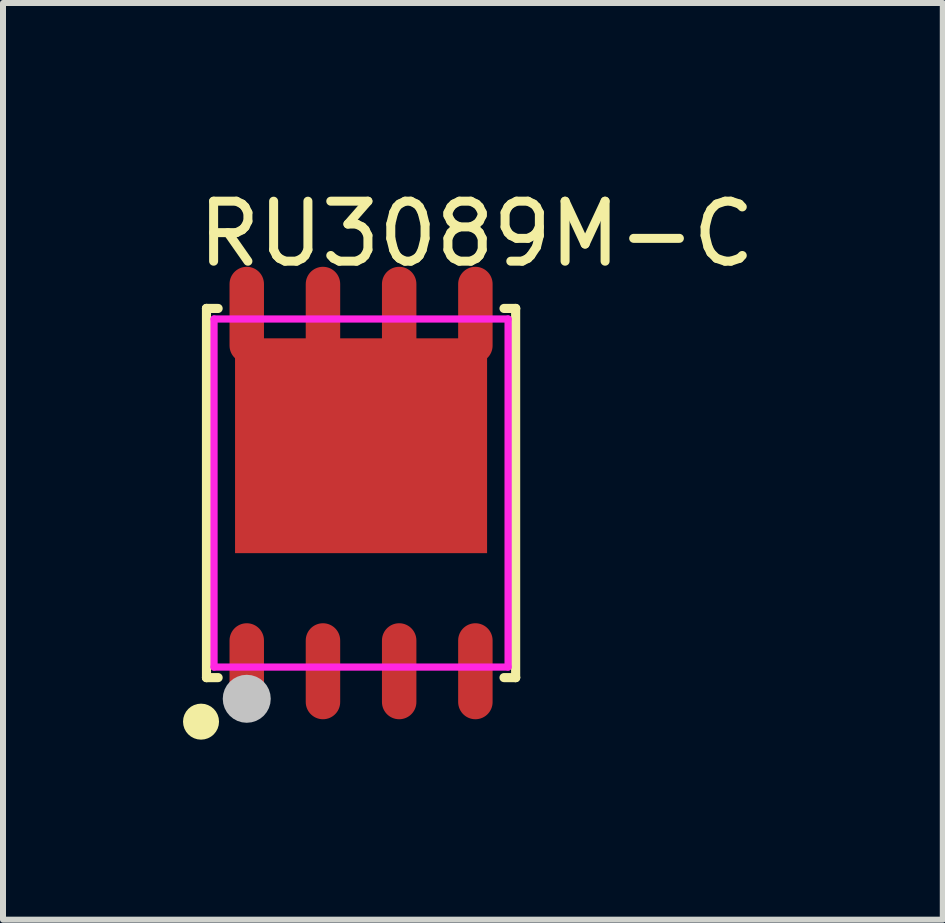
<source format=kicad_pcb>
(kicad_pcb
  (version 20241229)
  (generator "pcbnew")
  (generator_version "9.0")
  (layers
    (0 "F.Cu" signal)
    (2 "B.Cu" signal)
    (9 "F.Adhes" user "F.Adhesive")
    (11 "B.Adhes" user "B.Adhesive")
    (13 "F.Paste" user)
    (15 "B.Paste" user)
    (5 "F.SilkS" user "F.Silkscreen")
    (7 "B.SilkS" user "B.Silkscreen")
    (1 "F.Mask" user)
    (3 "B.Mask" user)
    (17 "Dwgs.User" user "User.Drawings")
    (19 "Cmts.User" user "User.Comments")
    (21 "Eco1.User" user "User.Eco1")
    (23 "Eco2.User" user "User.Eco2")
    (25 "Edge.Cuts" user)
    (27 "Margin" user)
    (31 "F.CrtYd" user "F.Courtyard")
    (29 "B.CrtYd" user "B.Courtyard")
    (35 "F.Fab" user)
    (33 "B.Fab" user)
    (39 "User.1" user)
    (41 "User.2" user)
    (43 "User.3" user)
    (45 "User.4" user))
  (footprint "RU3089M-C"
    (layer "F.Cu")
    (at 2.967 5.166)
    (property "Reference" "RU3089M-C" (at -2.794 -4.318 0) (layer "F.SilkS") (effects (font (size 1 1) (thickness 0.15)) (justify left)))
    (attr through_hole)
    (fp_line (start -2.576 -3.076) (end -2.576 -3.076) (stroke (width 0.152) (type solid)) (layer "F.SilkS"))
    (fp_line (start -2.576 -3.076) (end -2.382 -3.076) (stroke (width 0.152) (type solid)) (layer "F.SilkS"))
    (fp_line (start -2.576 3.076) (end -2.576 -3.076) (stroke (width 0.152) (type solid)) (layer "F.SilkS"))
    (fp_line (start -2.576 3.076) (end -2.576 3.076) (stroke (width 0.152) (type solid)) (layer "F.SilkS"))
    (fp_line (start -2.382 3.076) (end -2.576 3.076) (stroke (width 0.152) (type solid)) (layer "F.SilkS"))
    (fp_line (start 2.382 3.076) (end 2.576 3.076) (stroke (width 0.152) (type solid)) (layer "F.SilkS"))
    (fp_line (start 2.576 -3.076) (end 2.382 -3.076) (stroke (width 0.152) (type solid)) (layer "F.SilkS"))
    (fp_line (start 2.576 -3.076) (end 2.576 -3.076) (stroke (width 0.152) (type solid)) (layer "F.SilkS"))
    (fp_line (start 2.576 3.076) (end 2.576 -3.076) (stroke (width 0.152) (type solid)) (layer "F.SilkS"))
    (fp_line (start 2.576 3.076) (end 2.576 3.076) (stroke (width 0.152) (type solid)) (layer "F.SilkS"))
    (fp_circle (center -2.667 3.81) (end -2.517 3.81) (stroke (width 0.3) (type solid)) (fill no) (layer "F.SilkS"))
    (fp_poly (pts (xy -2.192 2.457) (xy -2.186 2.401) (xy -2.17 2.347) (xy -2.144 2.298) (xy -2.108 2.254) (xy -2.064 2.218) (xy -2.015 2.192) (xy -1.961 2.176) (xy -1.905 2.17) (xy -1.849 2.176) (xy -1.795 2.192) (xy -1.746 2.218) (xy -1.702 2.254) (xy -1.666 2.298) (xy -1.64 2.347) (xy -1.624 2.401) (xy -1.618 2.457) (xy -1.618 3.483) (xy -1.624 3.539) (xy -1.64 3.593) (xy -1.666 3.642) (xy -1.702 3.686) (xy -1.746 3.722) (xy -1.795 3.748) (xy -1.849 3.765) (xy -1.905 3.77) (xy -1.961 3.765) (xy -2.015 3.748) (xy -2.064 3.722) (xy -2.108 3.686) (xy -2.144 3.642) (xy -2.17 3.593) (xy -2.186 3.539) (xy -2.192 3.483)) (stroke (width 0.12) (type solid)) (fill yes) (layer "F.Paste"))
    (fp_poly (pts (xy -0.922 2.457) (xy -0.916 2.401) (xy -0.9 2.347) (xy -0.874 2.298) (xy -0.838 2.254) (xy -0.794 2.218) (xy -0.745 2.192) (xy -0.691 2.176) (xy -0.635 2.17) (xy -0.579 2.176) (xy -0.525 2.192) (xy -0.476 2.218) (xy -0.432 2.254) (xy -0.396 2.298) (xy -0.37 2.347) (xy -0.354 2.401) (xy -0.348 2.457) (xy -0.348 3.483) (xy -0.354 3.539) (xy -0.37 3.593) (xy -0.396 3.642) (xy -0.432 3.686) (xy -0.476 3.722) (xy -0.525 3.748) (xy -0.579 3.765) (xy -0.635 3.77) (xy -0.691 3.765) (xy -0.745 3.748) (xy -0.794 3.722) (xy -0.838 3.686) (xy -0.874 3.642) (xy -0.9 3.593) (xy -0.916 3.539) (xy -0.922 3.483)) (stroke (width 0.12) (type solid)) (fill yes) (layer "F.Paste"))
    (fp_poly (pts (xy 0.348 2.457) (xy 0.354 2.401) (xy 0.37 2.347) (xy 0.396 2.298) (xy 0.432 2.254) (xy 0.476 2.218) (xy 0.525 2.192) (xy 0.579 2.176) (xy 0.635 2.17) (xy 0.691 2.176) (xy 0.745 2.192) (xy 0.794 2.218) (xy 0.838 2.254) (xy 0.874 2.298) (xy 0.9 2.347) (xy 0.916 2.401) (xy 0.922 2.457) (xy 0.922 3.483) (xy 0.916 3.539) (xy 0.9 3.593) (xy 0.874 3.642) (xy 0.838 3.686) (xy 0.794 3.722) (xy 0.745 3.748) (xy 0.691 3.765) (xy 0.635 3.77) (xy 0.579 3.765) (xy 0.525 3.748) (xy 0.476 3.722) (xy 0.432 3.686) (xy 0.396 3.642) (xy 0.37 3.593) (xy 0.354 3.539) (xy 0.348 3.483)) (stroke (width 0.12) (type solid)) (fill yes) (layer "F.Paste"))
    (fp_poly (pts (xy 1.618 2.457) (xy 1.624 2.401) (xy 1.64 2.347) (xy 1.666 2.298) (xy 1.702 2.254) (xy 1.746 2.218) (xy 1.795 2.192) (xy 1.849 2.176) (xy 1.905 2.17) (xy 1.961 2.176) (xy 2.015 2.192) (xy 2.064 2.218) (xy 2.108 2.254) (xy 2.144 2.298) (xy 2.17 2.347) (xy 2.186 2.401) (xy 2.192 2.457) (xy 2.192 3.483) (xy 2.186 3.539) (xy 2.17 3.593) (xy 2.144 3.642) (xy 2.108 3.686) (xy 2.064 3.722) (xy 2.015 3.748) (xy 1.961 3.765) (xy 1.905 3.77) (xy 1.849 3.765) (xy 1.795 3.748) (xy 1.746 3.722) (xy 1.702 3.686) (xy 1.666 3.642) (xy 1.64 3.593) (xy 1.624 3.539) (xy 1.618 3.483)) (stroke (width 0.12) (type solid)) (fill yes) (layer "F.Paste"))
    (fp_poly (pts (xy 2.1 1) (xy 2.1 -2.25) (xy 2.138 -2.297) (xy 2.167 -2.35) (xy 2.184 -2.407) (xy 2.19 -2.467) (xy 2.19 -2.52) (xy 2.19 -3.51) (xy 2.185 -3.561) (xy 2.17 -3.609) (xy 2.146 -3.654) (xy 2.114 -3.694) (xy 2.074 -3.726) (xy 2.029 -3.75) (xy 1.981 -3.765) (xy 1.93 -3.77) (xy 1.88 -3.77) (xy 1.829 -3.765) (xy 1.78 -3.75) (xy 1.736 -3.726) (xy 1.696 -3.694) (xy 1.664 -3.654) (xy 1.64 -3.609) (xy 1.625 -3.561) (xy 1.62 -3.51) (xy 1.62 -2.58) (xy 0.92 -2.58) (xy 0.92 -3.49) (xy 0.915 -3.545) (xy 0.899 -3.597) (xy 0.873 -3.646) (xy 0.838 -3.688) (xy 0.796 -3.723) (xy 0.747 -3.749) (xy 0.695 -3.765) (xy 0.64 -3.77) (xy 0.63 -3.77) (xy 0.575 -3.765) (xy 0.523 -3.749) (xy 0.474 -3.723) (xy 0.432 -3.688) (xy 0.397 -3.646) (xy 0.371 -3.597) (xy 0.355 -3.545) (xy 0.35 -3.49) (xy 0.35 -3.46) (xy 0.35 -2.58) (xy -0.35 -2.58) (xy -0.35 -3.52) (xy -0.355 -3.569) (xy -0.369 -3.616) (xy -0.392 -3.659) (xy -0.423 -3.697) (xy -0.461 -3.728) (xy -0.504 -3.751) (xy -0.551 -3.765) (xy -0.6 -3.77) (xy -0.64 -3.77) (xy -0.695 -3.765) (xy -0.747 -3.749) (xy -0.796 -3.723) (xy -0.838 -3.688) (xy -0.873 -3.646) (xy -0.899 -3.597) (xy -0.915 -3.545) (xy -0.92 -3.49) (xy -0.92 -2.58) (xy -1.62 -2.58) (xy -1.62 -3.51) (xy -1.625 -3.561) (xy -1.64 -3.609) (xy -1.664 -3.654) (xy -1.696 -3.694) (xy -1.736 -3.726) (xy -1.78 -3.75) (xy -1.829 -3.765) (xy -1.88 -3.77) (xy -1.91 -3.77) (xy -1.965 -3.765) (xy -2.017 -3.749) (xy -2.066 -3.723) (xy -2.108 -3.688) (xy -2.143 -3.646) (xy -2.169 -3.597) (xy -2.185 -3.545) (xy -2.19 -3.49) (xy -2.19 -3.46) (xy -2.19 -2.44) (xy -2.185 -2.388) (xy -2.17 -2.338) (xy -2.145 -2.292) (xy -2.112 -2.252) (xy -2.1 -2.24) (xy -2.104 -2.235) (xy -2.107 -2.229) (xy -2.109 -2.223) (xy -2.11 -2.216) (xy -2.11 1.01)) (stroke (width 0.12) (type solid)) (fill yes) (layer "F.Paste"))
    (fp_circle (center -1.905 3.429) (end -1.705 3.429) (stroke (width 0.4) (type solid)) (fill no) (layer "Dwgs.User"))
    (fp_circle (center -2.5 3) (end -2.47 3) (stroke (width 0.06) (type solid)) (fill no) (layer "Eco2.User"))
    (fp_poly (pts (xy -2.11 -3) (xy -2.11 -2.195) (xy -1.7 -2.195) (xy -1.7 -3)) (stroke (width 0.12) (type solid)) (fill no) (layer "Eco2.User"))
    (fp_poly (pts (xy -2.11 3) (xy -2.11 2.195) (xy -1.7 2.195) (xy -1.7 3)) (stroke (width 0.12) (type solid)) (fill no) (layer "Eco2.User"))
    (fp_poly (pts (xy -0.84 -3) (xy -0.84 -2.195) (xy -0.43 -2.195) (xy -0.43 -3)) (stroke (width 0.12) (type solid)) (fill no) (layer "Eco2.User"))
    (fp_poly (pts (xy -0.84 3) (xy -0.84 2.195) (xy -0.43 2.195) (xy -0.43 3)) (stroke (width 0.12) (type solid)) (fill no) (layer "Eco2.User"))
    (fp_poly (pts (xy 0.43 -3) (xy 0.43 -2.195) (xy 0.84 -2.195) (xy 0.84 -3)) (stroke (width 0.12) (type solid)) (fill no) (layer "Eco2.User"))
    (fp_poly (pts (xy 0.43 3) (xy 0.43 2.195) (xy 0.84 2.195) (xy 0.84 3)) (stroke (width 0.12) (type solid)) (fill no) (layer "Eco2.User"))
    (fp_poly (pts (xy 1.7 -3) (xy 1.7 -2.195) (xy 2.11 -2.195) (xy 2.11 -3)) (stroke (width 0.12) (type solid)) (fill no) (layer "Eco2.User"))
    (fp_poly (pts (xy 1.7 3) (xy 1.7 2.195) (xy 2.11 2.195) (xy 2.11 3)) (stroke (width 0.12) (type solid)) (fill no) (layer "Eco2.User"))
    (fp_poly (pts (xy -2.1 0.644) (xy -2.1 -2.578) (xy 2.1 -2.578) (xy 2.1 1.002) (xy -1.742 1.002)) (stroke (width 0.12) (type solid)) (fill no) (layer "Eco2.User"))
    (fp_line (start -2.45 -2.9) (end 2.45 -2.9) (stroke (width 0.12) (type solid)) (layer "F.CrtYd"))
    (fp_line (start -2.45 2.9) (end -2.45 -2.9) (stroke (width 0.12) (type solid)) (layer "F.CrtYd"))
    (fp_line (start 2.45 -2.9) (end 2.45 2.9) (stroke (width 0.12) (type solid)) (layer "F.CrtYd"))
    (fp_line (start 2.45 2.9) (end -2.45 2.9) (stroke (width 0.12) (type solid)) (layer "F.CrtYd"))
    (pad "1" smd oval (at -1.905 2.97) (size 0.574 1.6) (layers "F.Cu" "F.Mask" "F.Paste"))
    (pad "2" smd oval (at -0.635 2.97) (size 0.574 1.6) (layers "F.Cu" "F.Mask" "F.Paste"))
    (pad "3" smd oval (at 0.635 2.97) (size 0.574 1.6) (layers "F.Cu" "F.Mask" "F.Paste"))
    (pad "4" smd oval (at 1.905 2.97) (size 0.574 1.6) (layers "F.Cu" "F.Mask" "F.Paste"))
    (pad "5" smd oval (at 1.905 -2.97) (size 0.574 1.6) (layers "F.Cu" "F.Mask" "F.Paste"))
    (pad "6" smd oval (at 0.635 -2.97) (size 0.574 1.6) (layers "F.Cu" "F.Mask" "F.Paste"))
    (pad "7" smd oval (at -0.635 -2.97) (size 0.574 1.6) (layers "F.Cu" "F.Mask" "F.Paste"))
    (pad "8" smd oval (at -1.905 -2.97) (size 0.574 1.6) (layers "F.Cu" "F.Mask" "F.Paste"))
    (pad "9" smd rect (at 0 -0.788) (size 4.2 3.58) (layers "F.Cu" "F.Mask" "F.Paste")))
  (gr_rect
    (start -3 -3)
    (end 12.661 12.276)
    (stroke (width 0.1) (type default))
    (fill no)
    (layer "Edge.Cuts")))
</source>
